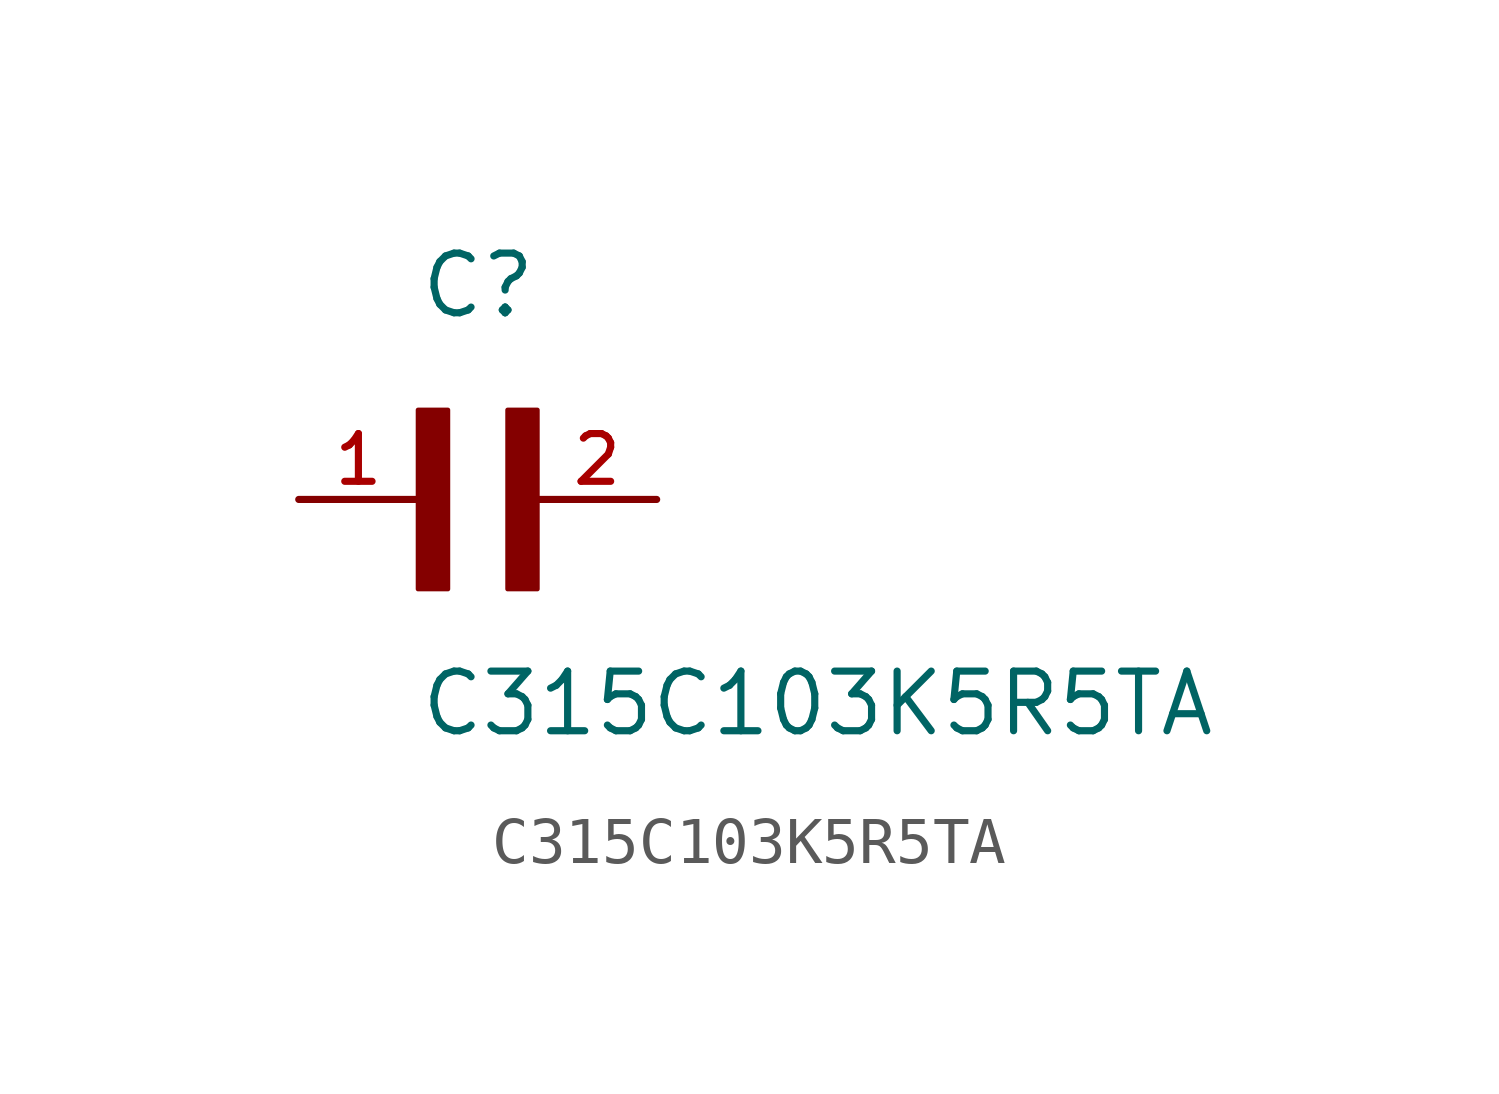
<source format=kicad_sym>
(kicad_symbol_lib
  (version 20211014)
  (generator kicad_symbol_editor)
  (symbol "C315C103K5R5TA"
    (pin_names
      (offset 1.016))
    (property "Reference" "C"
      (at 0.0 3.811 0)
      (effects (font (size 1.27 1.27)) (justify bottom left)))
    (property "Value" "C315C103K5R5TA"
      (at 0.0 -5.088 0)
      (effects (font (size 1.27 1.27)) (justify bottom left)))
    (symbol "C315C103K5R5TA_0_0"
      (rectangle (start 0.0 -1.907) (end 0.635 1.905) (stroke (width 0.1)) (fill (type outline)))
      (rectangle (start 1.907 -1.907) (end 2.54 1.905) (stroke (width 0.1)) (fill (type outline)))
      (pin passive line (at -2.54 0.0 0) (length 2.54) (name "~" (effects (font (size 1.016 1.016)))) (number "1" (effects (font (size 1.016 1.016)))))
      (pin passive line (at 5.08 0.0 180.0) (length 2.54) (name "~" (effects (font (size 1.016 1.016)))) (number "2" (effects (font (size 1.016 1.016))))))))
</source>
